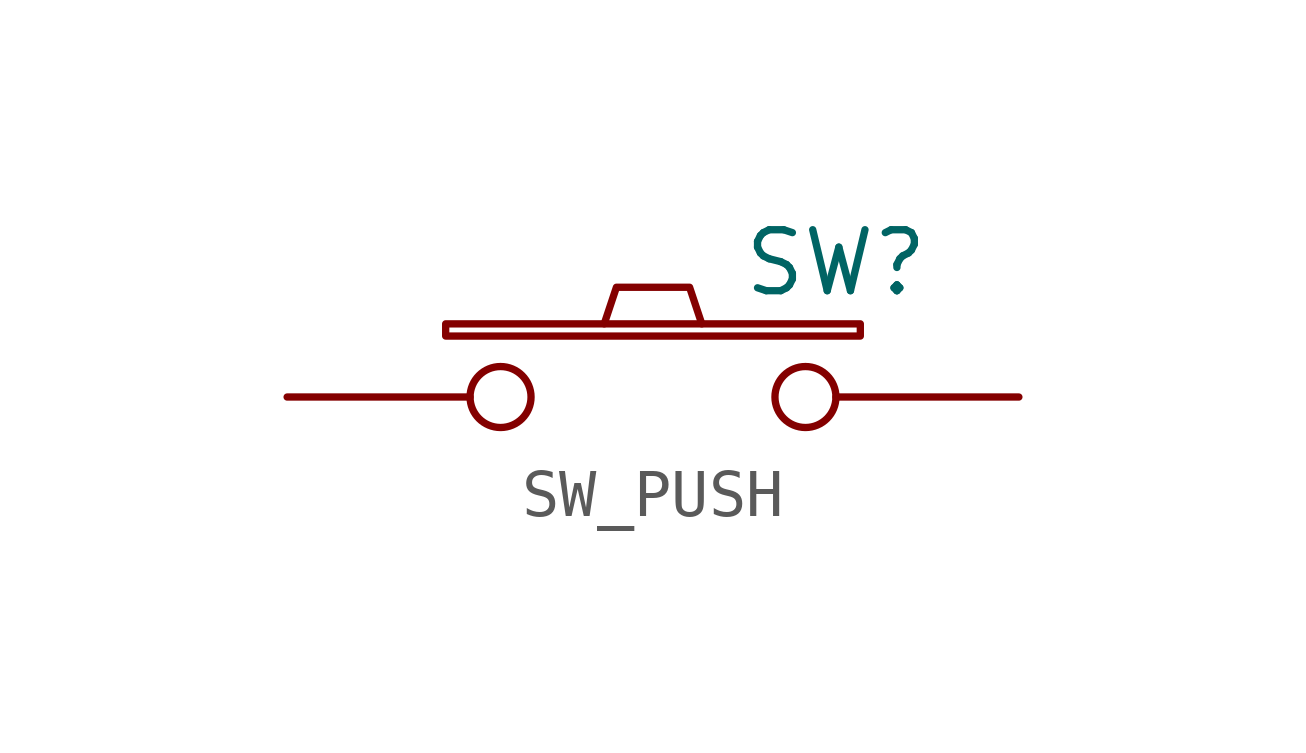
<source format=kicad_sym>
(kicad_symbol_lib
  (version 20211014)
  (generator kicad_symbol_editor)
  (symbol "SW_PUSH"
    (pin_numbers hide)
    (pin_names
      (offset 1.016) hide)
    (property "Reference" "SW"
      (at 3.81 2.794 0)
      (effects (font (size 1.27 1.27))))
    (property "Footprint" ""
      (at 0 0 0)
      (effects (font (size 1.524 1.524))))
    (property "Datasheet" ""
      (at 0 0 0)
      (effects (font (size 1.524 1.524))))
    (symbol "SW_PUSH_0_1"
      (rectangle (start -4.318 1.27) (end 4.318 1.524) (stroke (width 0) (type default) (color 0 0 0 0)) (fill (type none)))
      (polyline (pts (xy -1.016 1.524) (xy -0.762 2.286) (xy 0.762 2.286) (xy 1.016 1.524)) (stroke (width 0) (type default) (color 0 0 0 0)) (fill (type none)))
      (pin passive inverted (at -7.62 0 0) (length 5.08) (name "1" (effects (font (size 1.524 1.524)))) (number "1" (effects (font (size 1.524 1.524)))))
      (pin passive inverted (at 7.62 0 180) (length 5.08) (name "2" (effects (font (size 1.524 1.524)))) (number "2" (effects (font (size 1.524 1.524))))))))
</source>
